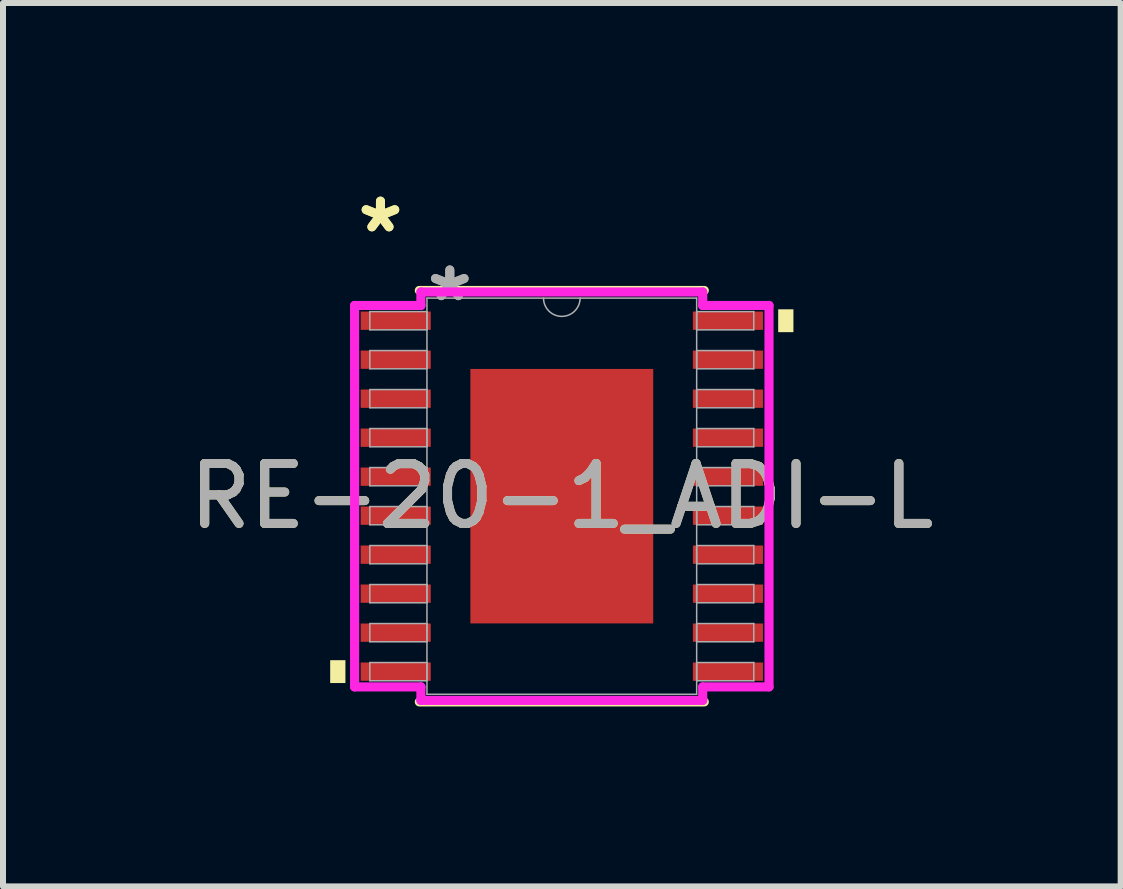
<source format=kicad_pcb>
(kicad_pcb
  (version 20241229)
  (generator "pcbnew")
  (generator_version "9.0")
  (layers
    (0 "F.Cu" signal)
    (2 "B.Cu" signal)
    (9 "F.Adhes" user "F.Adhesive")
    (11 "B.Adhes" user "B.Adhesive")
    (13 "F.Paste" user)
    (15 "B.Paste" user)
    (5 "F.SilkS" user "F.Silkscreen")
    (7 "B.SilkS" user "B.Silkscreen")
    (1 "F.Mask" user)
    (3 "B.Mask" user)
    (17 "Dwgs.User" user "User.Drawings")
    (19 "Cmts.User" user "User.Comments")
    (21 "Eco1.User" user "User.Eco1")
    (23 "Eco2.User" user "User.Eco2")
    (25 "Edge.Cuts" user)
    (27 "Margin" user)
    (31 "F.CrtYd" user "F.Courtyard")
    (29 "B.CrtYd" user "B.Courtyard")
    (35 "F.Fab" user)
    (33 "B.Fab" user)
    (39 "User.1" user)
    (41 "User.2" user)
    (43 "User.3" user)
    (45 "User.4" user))
  (footprint "RE-20-1_ADI-L"
    (layer "F.Cu")
    (at 6.315 5.221)
    (property "Reference" "RE-20-1_ADI-L" (at 0 0 0) (unlocked yes) (layer "F.SilkS") (effects (font (size 1 1) (thickness 0.15))))
    (attr smd)
    (fp_line (start -2.375 3.429) (end 2.375 3.429) (stroke (width 0.152) (type solid)) (layer "F.SilkS"))
    (fp_line (start 2.375 -3.429) (end -2.375 -3.429) (stroke (width 0.152) (type solid)) (layer "F.SilkS"))
    (fp_poly (pts (xy -3.861 2.734) (xy -3.861 3.115) (xy -3.607 3.115) (xy -3.607 2.734)) (stroke (width 0) (type solid)) (fill yes) (layer "F.SilkS"))
    (fp_poly (pts (xy 3.861 -3.115) (xy 3.861 -2.734) (xy 3.607 -2.734) (xy 3.607 -3.115)) (stroke (width 0) (type solid)) (fill yes) (layer "F.SilkS"))
    (fp_poly (pts (xy -1.424 -2.021) (xy -1.424 -0.807) (xy -0.1 -0.807) (xy -0.1 -2.021)) (stroke (width 0) (type solid)) (fill yes) (layer "F.Paste"))
    (fp_poly (pts (xy -1.424 -0.607) (xy -1.424 0.607) (xy -0.1 0.607) (xy -0.1 -0.607)) (stroke (width 0) (type solid)) (fill yes) (layer "F.Paste"))
    (fp_poly (pts (xy -1.424 0.807) (xy -1.424 2.021) (xy -0.1 2.021) (xy -0.1 0.807)) (stroke (width 0) (type solid)) (fill yes) (layer "F.Paste"))
    (fp_poly (pts (xy 0.1 -2.021) (xy 0.1 -0.807) (xy 1.424 -0.807) (xy 1.424 -2.021)) (stroke (width 0) (type solid)) (fill yes) (layer "F.Paste"))
    (fp_poly (pts (xy 0.1 -0.607) (xy 0.1 0.607) (xy 1.424 0.607) (xy 1.424 -0.607)) (stroke (width 0) (type solid)) (fill yes) (layer "F.Paste"))
    (fp_poly (pts (xy 0.1 0.807) (xy 0.1 2.021) (xy 1.424 2.021) (xy 1.424 0.807)) (stroke (width 0) (type solid)) (fill yes) (layer "F.Paste"))
    (fp_line (start -3.454 -3.179) (end -2.349 -3.179) (stroke (width 0.152) (type solid)) (layer "F.CrtYd"))
    (fp_line (start -3.454 3.179) (end -3.454 -3.179) (stroke (width 0.152) (type solid)) (layer "F.CrtYd"))
    (fp_line (start -3.454 3.179) (end -2.349 3.179) (stroke (width 0.152) (type solid)) (layer "F.CrtYd"))
    (fp_line (start -2.349 -3.404) (end 2.349 -3.404) (stroke (width 0.152) (type solid)) (layer "F.CrtYd"))
    (fp_line (start -2.349 -3.179) (end -2.349 -3.404) (stroke (width 0.152) (type solid)) (layer "F.CrtYd"))
    (fp_line (start -2.349 3.404) (end -2.349 3.179) (stroke (width 0.152) (type solid)) (layer "F.CrtYd"))
    (fp_line (start 2.349 -3.404) (end 2.349 -3.179) (stroke (width 0.152) (type solid)) (layer "F.CrtYd"))
    (fp_line (start 2.349 3.179) (end 2.349 3.404) (stroke (width 0.152) (type solid)) (layer "F.CrtYd"))
    (fp_line (start 2.349 3.404) (end -2.349 3.404) (stroke (width 0.152) (type solid)) (layer "F.CrtYd"))
    (fp_line (start 3.454 -3.179) (end 2.349 -3.179) (stroke (width 0.152) (type solid)) (layer "F.CrtYd"))
    (fp_line (start 3.454 -3.179) (end 3.454 3.179) (stroke (width 0.152) (type solid)) (layer "F.CrtYd"))
    (fp_line (start 3.454 3.179) (end 2.349 3.179) (stroke (width 0.152) (type solid)) (layer "F.CrtYd"))
    (fp_line (start -3.2 -3.077) (end -3.2 -2.773) (stroke (width 0.025) (type solid)) (layer "F.Fab"))
    (fp_line (start -3.2 -2.773) (end -2.248 -2.773) (stroke (width 0.025) (type solid)) (layer "F.Fab"))
    (fp_line (start -3.2 -2.427) (end -3.2 -2.123) (stroke (width 0.025) (type solid)) (layer "F.Fab"))
    (fp_line (start -3.2 -2.123) (end -2.248 -2.123) (stroke (width 0.025) (type solid)) (layer "F.Fab"))
    (fp_line (start -3.2 -1.777) (end -3.2 -1.473) (stroke (width 0.025) (type solid)) (layer "F.Fab"))
    (fp_line (start -3.2 -1.473) (end -2.248 -1.473) (stroke (width 0.025) (type solid)) (layer "F.Fab"))
    (fp_line (start -3.2 -1.127) (end -3.2 -0.823) (stroke (width 0.025) (type solid)) (layer "F.Fab"))
    (fp_line (start -3.2 -0.823) (end -2.248 -0.823) (stroke (width 0.025) (type solid)) (layer "F.Fab"))
    (fp_line (start -3.2 -0.477) (end -3.2 -0.173) (stroke (width 0.025) (type solid)) (layer "F.Fab"))
    (fp_line (start -3.2 -0.173) (end -2.248 -0.173) (stroke (width 0.025) (type solid)) (layer "F.Fab"))
    (fp_line (start -3.2 0.173) (end -3.2 0.477) (stroke (width 0.025) (type solid)) (layer "F.Fab"))
    (fp_line (start -3.2 0.477) (end -2.248 0.477) (stroke (width 0.025) (type solid)) (layer "F.Fab"))
    (fp_line (start -3.2 0.823) (end -3.2 1.127) (stroke (width 0.025) (type solid)) (layer "F.Fab"))
    (fp_line (start -3.2 1.127) (end -2.248 1.127) (stroke (width 0.025) (type solid)) (layer "F.Fab"))
    (fp_line (start -3.2 1.473) (end -3.2 1.777) (stroke (width 0.025) (type solid)) (layer "F.Fab"))
    (fp_line (start -3.2 1.777) (end -2.248 1.777) (stroke (width 0.025) (type solid)) (layer "F.Fab"))
    (fp_line (start -3.2 2.123) (end -3.2 2.427) (stroke (width 0.025) (type solid)) (layer "F.Fab"))
    (fp_line (start -3.2 2.427) (end -2.248 2.427) (stroke (width 0.025) (type solid)) (layer "F.Fab"))
    (fp_line (start -3.2 2.773) (end -3.2 3.077) (stroke (width 0.025) (type solid)) (layer "F.Fab"))
    (fp_line (start -3.2 3.077) (end -2.248 3.077) (stroke (width 0.025) (type solid)) (layer "F.Fab"))
    (fp_line (start -2.248 -3.302) (end -2.248 3.302) (stroke (width 0.025) (type solid)) (layer "F.Fab"))
    (fp_line (start -2.248 -3.077) (end -3.2 -3.077) (stroke (width 0.025) (type solid)) (layer "F.Fab"))
    (fp_line (start -2.248 -2.773) (end -2.248 -3.077) (stroke (width 0.025) (type solid)) (layer "F.Fab"))
    (fp_line (start -2.248 -2.427) (end -3.2 -2.427) (stroke (width 0.025) (type solid)) (layer "F.Fab"))
    (fp_line (start -2.248 -2.123) (end -2.248 -2.427) (stroke (width 0.025) (type solid)) (layer "F.Fab"))
    (fp_line (start -2.248 -1.777) (end -3.2 -1.777) (stroke (width 0.025) (type solid)) (layer "F.Fab"))
    (fp_line (start -2.248 -1.473) (end -2.248 -1.777) (stroke (width 0.025) (type solid)) (layer "F.Fab"))
    (fp_line (start -2.248 -1.127) (end -3.2 -1.127) (stroke (width 0.025) (type solid)) (layer "F.Fab"))
    (fp_line (start -2.248 -0.823) (end -2.248 -1.127) (stroke (width 0.025) (type solid)) (layer "F.Fab"))
    (fp_line (start -2.248 -0.477) (end -3.2 -0.477) (stroke (width 0.025) (type solid)) (layer "F.Fab"))
    (fp_line (start -2.248 -0.173) (end -2.248 -0.477) (stroke (width 0.025) (type solid)) (layer "F.Fab"))
    (fp_line (start -2.248 0.173) (end -3.2 0.173) (stroke (width 0.025) (type solid)) (layer "F.Fab"))
    (fp_line (start -2.248 0.477) (end -2.248 0.173) (stroke (width 0.025) (type solid)) (layer "F.Fab"))
    (fp_line (start -2.248 0.823) (end -3.2 0.823) (stroke (width 0.025) (type solid)) (layer "F.Fab"))
    (fp_line (start -2.248 1.127) (end -2.248 0.823) (stroke (width 0.025) (type solid)) (layer "F.Fab"))
    (fp_line (start -2.248 1.473) (end -3.2 1.473) (stroke (width 0.025) (type solid)) (layer "F.Fab"))
    (fp_line (start -2.248 1.777) (end -2.248 1.473) (stroke (width 0.025) (type solid)) (layer "F.Fab"))
    (fp_line (start -2.248 2.123) (end -3.2 2.123) (stroke (width 0.025) (type solid)) (layer "F.Fab"))
    (fp_line (start -2.248 2.427) (end -2.248 2.123) (stroke (width 0.025) (type solid)) (layer "F.Fab"))
    (fp_line (start -2.248 2.773) (end -3.2 2.773) (stroke (width 0.025) (type solid)) (layer "F.Fab"))
    (fp_line (start -2.248 3.077) (end -2.248 2.773) (stroke (width 0.025) (type solid)) (layer "F.Fab"))
    (fp_line (start -2.248 3.302) (end 2.248 3.302) (stroke (width 0.025) (type solid)) (layer "F.Fab"))
    (fp_line (start 2.248 -3.302) (end -2.248 -3.302) (stroke (width 0.025) (type solid)) (layer "F.Fab"))
    (fp_line (start 2.248 -3.077) (end 2.248 -2.773) (stroke (width 0.025) (type solid)) (layer "F.Fab"))
    (fp_line (start 2.248 -2.773) (end 3.2 -2.773) (stroke (width 0.025) (type solid)) (layer "F.Fab"))
    (fp_line (start 2.248 -2.427) (end 2.248 -2.123) (stroke (width 0.025) (type solid)) (layer "F.Fab"))
    (fp_line (start 2.248 -2.123) (end 3.2 -2.123) (stroke (width 0.025) (type solid)) (layer "F.Fab"))
    (fp_line (start 2.248 -1.777) (end 2.248 -1.473) (stroke (width 0.025) (type solid)) (layer "F.Fab"))
    (fp_line (start 2.248 -1.473) (end 3.2 -1.473) (stroke (width 0.025) (type solid)) (layer "F.Fab"))
    (fp_line (start 2.248 -1.127) (end 2.248 -0.823) (stroke (width 0.025) (type solid)) (layer "F.Fab"))
    (fp_line (start 2.248 -0.823) (end 3.2 -0.823) (stroke (width 0.025) (type solid)) (layer "F.Fab"))
    (fp_line (start 2.248 -0.477) (end 2.248 -0.173) (stroke (width 0.025) (type solid)) (layer "F.Fab"))
    (fp_line (start 2.248 -0.173) (end 3.2 -0.173) (stroke (width 0.025) (type solid)) (layer "F.Fab"))
    (fp_line (start 2.248 0.173) (end 2.248 0.477) (stroke (width 0.025) (type solid)) (layer "F.Fab"))
    (fp_line (start 2.248 0.477) (end 3.2 0.477) (stroke (width 0.025) (type solid)) (layer "F.Fab"))
    (fp_line (start 2.248 0.823) (end 2.248 1.127) (stroke (width 0.025) (type solid)) (layer "F.Fab"))
    (fp_line (start 2.248 1.127) (end 3.2 1.127) (stroke (width 0.025) (type solid)) (layer "F.Fab"))
    (fp_line (start 2.248 1.473) (end 2.248 1.777) (stroke (width 0.025) (type solid)) (layer "F.Fab"))
    (fp_line (start 2.248 1.777) (end 3.2 1.777) (stroke (width 0.025) (type solid)) (layer "F.Fab"))
    (fp_line (start 2.248 2.123) (end 2.248 2.427) (stroke (width 0.025) (type solid)) (layer "F.Fab"))
    (fp_line (start 2.248 2.427) (end 3.2 2.427) (stroke (width 0.025) (type solid)) (layer "F.Fab"))
    (fp_line (start 2.248 2.773) (end 2.248 3.077) (stroke (width 0.025) (type solid)) (layer "F.Fab"))
    (fp_line (start 2.248 3.077) (end 3.2 3.077) (stroke (width 0.025) (type solid)) (layer "F.Fab"))
    (fp_line (start 2.248 3.302) (end 2.248 -3.302) (stroke (width 0.025) (type solid)) (layer "F.Fab"))
    (fp_line (start 3.2 -3.077) (end 2.248 -3.077) (stroke (width 0.025) (type solid)) (layer "F.Fab"))
    (fp_line (start 3.2 -2.773) (end 3.2 -3.077) (stroke (width 0.025) (type solid)) (layer "F.Fab"))
    (fp_line (start 3.2 -2.427) (end 2.248 -2.427) (stroke (width 0.025) (type solid)) (layer "F.Fab"))
    (fp_line (start 3.2 -2.123) (end 3.2 -2.427) (stroke (width 0.025) (type solid)) (layer "F.Fab"))
    (fp_line (start 3.2 -1.777) (end 2.248 -1.777) (stroke (width 0.025) (type solid)) (layer "F.Fab"))
    (fp_line (start 3.2 -1.473) (end 3.2 -1.777) (stroke (width 0.025) (type solid)) (layer "F.Fab"))
    (fp_line (start 3.2 -1.127) (end 2.248 -1.127) (stroke (width 0.025) (type solid)) (layer "F.Fab"))
    (fp_line (start 3.2 -0.823) (end 3.2 -1.127) (stroke (width 0.025) (type solid)) (layer "F.Fab"))
    (fp_line (start 3.2 -0.477) (end 2.248 -0.477) (stroke (width 0.025) (type solid)) (layer "F.Fab"))
    (fp_line (start 3.2 -0.173) (end 3.2 -0.477) (stroke (width 0.025) (type solid)) (layer "F.Fab"))
    (fp_line (start 3.2 0.173) (end 2.248 0.173) (stroke (width 0.025) (type solid)) (layer "F.Fab"))
    (fp_line (start 3.2 0.477) (end 3.2 0.173) (stroke (width 0.025) (type solid)) (layer "F.Fab"))
    (fp_line (start 3.2 0.823) (end 2.248 0.823) (stroke (width 0.025) (type solid)) (layer "F.Fab"))
    (fp_line (start 3.2 1.127) (end 3.2 0.823) (stroke (width 0.025) (type solid)) (layer "F.Fab"))
    (fp_line (start 3.2 1.473) (end 2.248 1.473) (stroke (width 0.025) (type solid)) (layer "F.Fab"))
    (fp_line (start 3.2 1.777) (end 3.2 1.473) (stroke (width 0.025) (type solid)) (layer "F.Fab"))
    (fp_line (start 3.2 2.123) (end 2.248 2.123) (stroke (width 0.025) (type solid)) (layer "F.Fab"))
    (fp_line (start 3.2 2.427) (end 3.2 2.123) (stroke (width 0.025) (type solid)) (layer "F.Fab"))
    (fp_line (start 3.2 2.773) (end 2.248 2.773) (stroke (width 0.025) (type solid)) (layer "F.Fab"))
    (fp_line (start 3.2 3.077) (end 3.2 2.773) (stroke (width 0.025) (type solid)) (layer "F.Fab"))
    (fp_arc (start 0.3048 -3.302) (mid 0 -2.9972) (end -0.3048 -3.302) (stroke (width 0.0254) (type solid)) (layer "F.Fab"))
    (fp_text user "*" (at -3.023 -4.373 0) (layer "F.SilkS") (effects (font (size 1 1) (thickness 0.15))))
    (fp_text user "*" (at -3.023 -4.373 0) (unlocked yes) (layer "F.SilkS") (effects (font (size 1 1) (thickness 0.15))))
    (fp_text user "*" (at -1.867 -3.226 0) (unlocked yes) (layer "F.Fab") (effects (font (size 1 1) (thickness 0.15))))
    (fp_text user "${REFERENCE}" (at 0 0 0) (unlocked yes) (layer "F.Fab") (effects (font (size 1 1) (thickness 0.15))))
    (fp_text user "*" (at -1.867 -3.226 0) (layer "F.Fab") (effects (font (size 1 1) (thickness 0.15))))
    (pad "1" smd rect (at -2.769 -2.925) (size 1.168 0.305) (layers "F.Cu" "F.Mask" "F.Paste"))
    (pad "2" smd rect (at -2.769 -2.275) (size 1.168 0.305) (layers "F.Cu" "F.Mask" "F.Paste"))
    (pad "3" smd rect (at -2.769 -1.625) (size 1.168 0.305) (layers "F.Cu" "F.Mask" "F.Paste"))
    (pad "4" smd rect (at -2.769 -0.975) (size 1.168 0.305) (layers "F.Cu" "F.Mask" "F.Paste"))
    (pad "5" smd rect (at -2.769 -0.325) (size 1.168 0.305) (layers "F.Cu" "F.Mask" "F.Paste"))
    (pad "6" smd rect (at -2.769 0.325) (size 1.168 0.305) (layers "F.Cu" "F.Mask" "F.Paste"))
    (pad "7" smd rect (at -2.769 0.975) (size 1.168 0.305) (layers "F.Cu" "F.Mask" "F.Paste"))
    (pad "8" smd rect (at -2.769 1.625) (size 1.168 0.305) (layers "F.Cu" "F.Mask" "F.Paste"))
    (pad "9" smd rect (at -2.769 2.275) (size 1.168 0.305) (layers "F.Cu" "F.Mask" "F.Paste"))
    (pad "10" smd rect (at -2.769 2.925) (size 1.168 0.305) (layers "F.Cu" "F.Mask" "F.Paste"))
    (pad "11" smd rect (at 2.769 2.925) (size 1.168 0.305) (layers "F.Cu" "F.Mask" "F.Paste"))
    (pad "12" smd rect (at 2.769 2.275) (size 1.168 0.305) (layers "F.Cu" "F.Mask" "F.Paste"))
    (pad "13" smd rect (at 2.769 1.625) (size 1.168 0.305) (layers "F.Cu" "F.Mask" "F.Paste"))
    (pad "14" smd rect (at 2.769 0.975) (size 1.168 0.305) (layers "F.Cu" "F.Mask" "F.Paste"))
    (pad "15" smd rect (at 2.769 0.325) (size 1.168 0.305) (layers "F.Cu" "F.Mask" "F.Paste"))
    (pad "16" smd rect (at 2.769 -0.325) (size 1.168 0.305) (layers "F.Cu" "F.Mask" "F.Paste"))
    (pad "17" smd rect (at 2.769 -0.975) (size 1.168 0.305) (layers "F.Cu" "F.Mask" "F.Paste"))
    (pad "18" smd rect (at 2.769 -1.625) (size 1.168 0.305) (layers "F.Cu" "F.Mask" "F.Paste"))
    (pad "19" smd rect (at 2.769 -2.275) (size 1.168 0.305) (layers "F.Cu" "F.Mask" "F.Paste"))
    (pad "20" smd rect (at 2.769 -2.925) (size 1.168 0.305) (layers "F.Cu" "F.Mask" "F.Paste"))
    (pad "21" smd rect (at 0 0) (size 3.048 4.242) (layers "F.Cu" "F.Mask")))
  (gr_rect
    (start -3 -3)
    (end 15.631 11.726)
    (stroke (width 0.1) (type default))
    (fill no)
    (layer "Edge.Cuts")))
</source>
